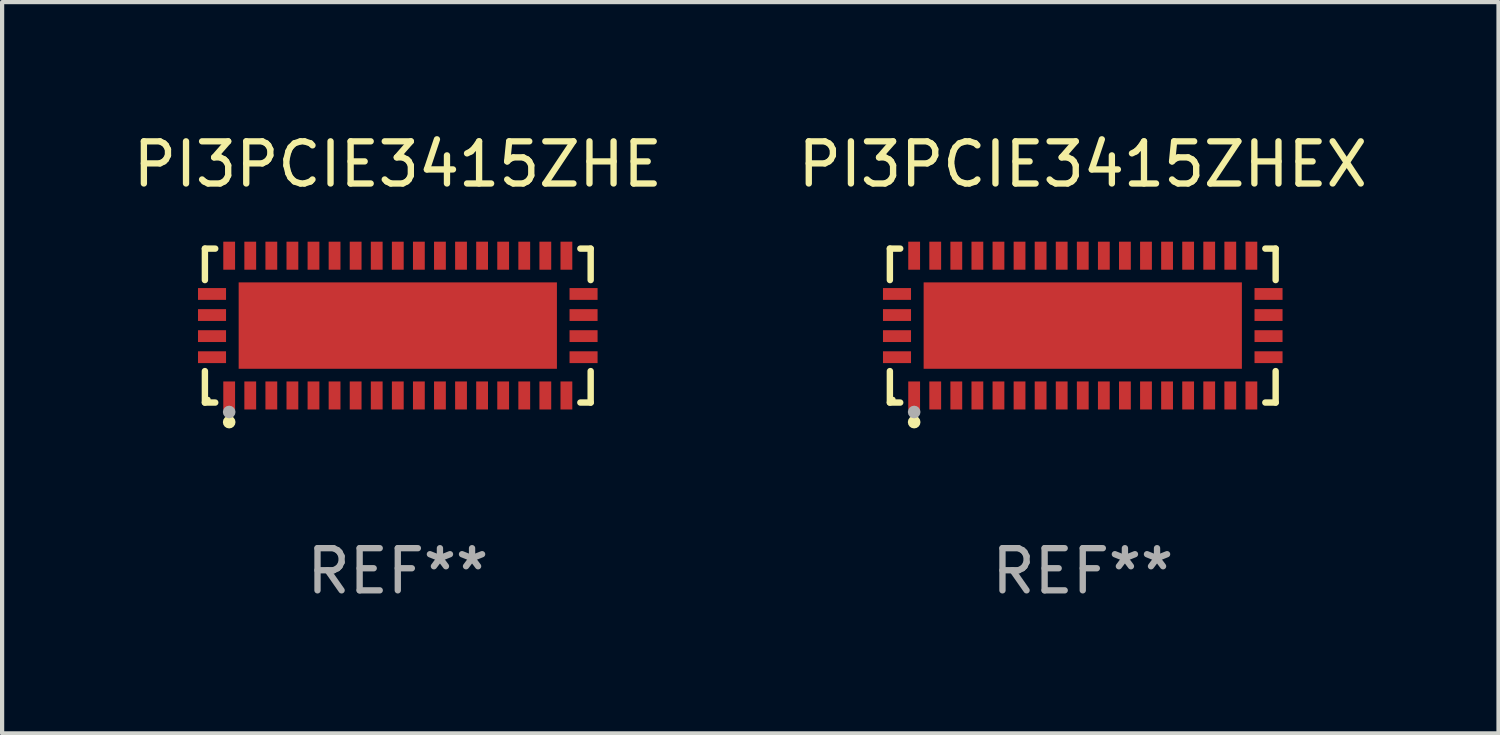
<source format=kicad_pcb>
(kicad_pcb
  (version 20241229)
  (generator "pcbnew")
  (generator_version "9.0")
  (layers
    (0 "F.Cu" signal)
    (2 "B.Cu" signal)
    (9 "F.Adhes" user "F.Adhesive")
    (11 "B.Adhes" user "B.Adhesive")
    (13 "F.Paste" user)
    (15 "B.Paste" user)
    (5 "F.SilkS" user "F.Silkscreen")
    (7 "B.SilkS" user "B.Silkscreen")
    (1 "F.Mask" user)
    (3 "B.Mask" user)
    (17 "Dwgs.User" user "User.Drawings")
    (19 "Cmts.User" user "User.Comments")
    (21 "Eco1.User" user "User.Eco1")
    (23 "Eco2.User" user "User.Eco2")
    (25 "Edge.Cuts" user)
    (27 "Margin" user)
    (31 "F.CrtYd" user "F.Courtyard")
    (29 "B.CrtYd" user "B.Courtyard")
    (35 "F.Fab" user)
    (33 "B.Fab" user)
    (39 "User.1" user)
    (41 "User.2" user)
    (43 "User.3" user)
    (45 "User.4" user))
  (footprint "PI3PCIE3415ZHE"
    (layer "F.Cu")
    (at 6.387 4.674)
    (property "Reference" "PI3PCIE3415ZHE" (at 0 -3.826 0) (layer "F.SilkS") (effects (font (size 1 1) (thickness 0.15))))
    (attr through_hole)
    (fp_line (start -4.576 -1.826) (end -4.331 -1.826) (stroke (width 0.152) (type solid)) (layer "F.SilkS"))
    (fp_line (start -4.576 -1.08) (end -4.576 -1.826) (stroke (width 0.152) (type solid)) (layer "F.SilkS"))
    (fp_line (start -4.576 1.08) (end -4.576 1.826) (stroke (width 0.152) (type solid)) (layer "F.SilkS"))
    (fp_line (start -4.576 1.826) (end -4.331 1.826) (stroke (width 0.152) (type solid)) (layer "F.SilkS"))
    (fp_line (start 4.576 -1.826) (end 4.331 -1.826) (stroke (width 0.152) (type solid)) (layer "F.SilkS"))
    (fp_line (start 4.576 -1.08) (end 4.576 -1.826) (stroke (width 0.152) (type solid)) (layer "F.SilkS"))
    (fp_line (start 4.576 1.08) (end 4.576 1.826) (stroke (width 0.152) (type solid)) (layer "F.SilkS"))
    (fp_line (start 4.576 1.826) (end 4.331 1.826) (stroke (width 0.152) (type solid)) (layer "F.SilkS"))
    (fp_circle (center -4.5 1.75) (end -4.47 1.75) (stroke (width 0.06) (type solid)) (fill no) (layer "F.SilkS"))
    (fp_circle (center -4 2.29) (end -3.925 2.29) (stroke (width 0.15) (type solid)) (fill no) (layer "F.SilkS"))
    (fp_circle (center -4 2.05) (end -3.925 2.05) (stroke (width 0.15) (type solid)) (fill no) (layer "F.Fab"))
    (fp_text user "REF**" (at 0 5.826 0) (layer "F.Fab") (effects (font (size 1 1) (thickness 0.15))))
    (pad "1" smd rect (at -4 1.658) (size 0.28 0.665) (layers "F.Cu" "F.Mask" "F.Paste"))
    (pad "2" smd rect (at -3.5 1.658) (size 0.28 0.665) (layers "F.Cu" "F.Mask" "F.Paste"))
    (pad "3" smd rect (at -3 1.658) (size 0.28 0.665) (layers "F.Cu" "F.Mask" "F.Paste"))
    (pad "4" smd rect (at -2.5 1.658) (size 0.28 0.665) (layers "F.Cu" "F.Mask" "F.Paste"))
    (pad "5" smd rect (at -2 1.658) (size 0.28 0.665) (layers "F.Cu" "F.Mask" "F.Paste"))
    (pad "6" smd rect (at -1.5 1.658) (size 0.28 0.665) (layers "F.Cu" "F.Mask" "F.Paste"))
    (pad "7" smd rect (at -1 1.658) (size 0.28 0.665) (layers "F.Cu" "F.Mask" "F.Paste"))
    (pad "8" smd rect (at -0.5 1.658) (size 0.28 0.665) (layers "F.Cu" "F.Mask" "F.Paste"))
    (pad "9" smd rect (at 0 1.658) (size 0.28 0.665) (layers "F.Cu" "F.Mask" "F.Paste"))
    (pad "10" smd rect (at 0.5 1.658) (size 0.28 0.665) (layers "F.Cu" "F.Mask" "F.Paste"))
    (pad "11" smd rect (at 1 1.658) (size 0.28 0.665) (layers "F.Cu" "F.Mask" "F.Paste"))
    (pad "12" smd rect (at 1.5 1.658) (size 0.28 0.665) (layers "F.Cu" "F.Mask" "F.Paste"))
    (pad "13" smd rect (at 2 1.658) (size 0.28 0.665) (layers "F.Cu" "F.Mask" "F.Paste"))
    (pad "14" smd rect (at 2.5 1.658) (size 0.28 0.665) (layers "F.Cu" "F.Mask" "F.Paste"))
    (pad "15" smd rect (at 3 1.658) (size 0.28 0.665) (layers "F.Cu" "F.Mask" "F.Paste"))
    (pad "16" smd rect (at 3.5 1.658) (size 0.28 0.665) (layers "F.Cu" "F.Mask" "F.Paste"))
    (pad "17" smd rect (at 4 1.658) (size 0.28 0.665) (layers "F.Cu" "F.Mask" "F.Paste"))
    (pad "18" smd rect (at 4.407 0.75) (size 0.665 0.28) (layers "F.Cu" "F.Mask" "F.Paste"))
    (pad "19" smd rect (at 4.407 0.25) (size 0.665 0.28) (layers "F.Cu" "F.Mask" "F.Paste"))
    (pad "20" smd rect (at 4.407 -0.25) (size 0.665 0.28) (layers "F.Cu" "F.Mask" "F.Paste"))
    (pad "21" smd rect (at 4.407 -0.75) (size 0.665 0.28) (layers "F.Cu" "F.Mask" "F.Paste"))
    (pad "22" smd rect (at 4 -1.658) (size 0.28 0.665) (layers "F.Cu" "F.Mask" "F.Paste"))
    (pad "23" smd rect (at 3.5 -1.658) (size 0.28 0.665) (layers "F.Cu" "F.Mask" "F.Paste"))
    (pad "24" smd rect (at 3 -1.658) (size 0.28 0.665) (layers "F.Cu" "F.Mask" "F.Paste"))
    (pad "25" smd rect (at 2.5 -1.658) (size 0.28 0.665) (layers "F.Cu" "F.Mask" "F.Paste"))
    (pad "26" smd rect (at 2 -1.658) (size 0.28 0.665) (layers "F.Cu" "F.Mask" "F.Paste"))
    (pad "27" smd rect (at 1.5 -1.658) (size 0.28 0.665) (layers "F.Cu" "F.Mask" "F.Paste"))
    (pad "28" smd rect (at 1 -1.658) (size 0.28 0.665) (layers "F.Cu" "F.Mask" "F.Paste"))
    (pad "29" smd rect (at 0.5 -1.658) (size 0.28 0.665) (layers "F.Cu" "F.Mask" "F.Paste"))
    (pad "30" smd rect (at 0 -1.658) (size 0.28 0.665) (layers "F.Cu" "F.Mask" "F.Paste"))
    (pad "31" smd rect (at -0.5 -1.658) (size 0.28 0.665) (layers "F.Cu" "F.Mask" "F.Paste"))
    (pad "32" smd rect (at -1 -1.658) (size 0.28 0.665) (layers "F.Cu" "F.Mask" "F.Paste"))
    (pad "33" smd rect (at -1.5 -1.658) (size 0.28 0.665) (layers "F.Cu" "F.Mask" "F.Paste"))
    (pad "34" smd rect (at -2 -1.658) (size 0.28 0.665) (layers "F.Cu" "F.Mask" "F.Paste"))
    (pad "35" smd rect (at -2.5 -1.658) (size 0.28 0.665) (layers "F.Cu" "F.Mask" "F.Paste"))
    (pad "36" smd rect (at -3 -1.658) (size 0.28 0.665) (layers "F.Cu" "F.Mask" "F.Paste"))
    (pad "37" smd rect (at -3.5 -1.658) (size 0.28 0.665) (layers "F.Cu" "F.Mask" "F.Paste"))
    (pad "38" smd rect (at -4 -1.658) (size 0.28 0.665) (layers "F.Cu" "F.Mask" "F.Paste"))
    (pad "39" smd rect (at -4.407 -0.75) (size 0.665 0.28) (layers "F.Cu" "F.Mask" "F.Paste"))
    (pad "40" smd rect (at -4.407 -0.25) (size 0.665 0.28) (layers "F.Cu" "F.Mask" "F.Paste"))
    (pad "41" smd rect (at -4.407 0.25) (size 0.665 0.28) (layers "F.Cu" "F.Mask" "F.Paste"))
    (pad "42" smd rect (at -4.407 0.75) (size 0.665 0.28) (layers "F.Cu" "F.Mask" "F.Paste"))
    (pad "43" smd rect (at 0 0) (size 7.55 2.05) (layers "F.Cu" "F.Mask" "F.Paste")))
  (footprint "PI3PCIE3415ZHEX"
    (layer "F.Cu")
    (at 22.637 4.674)
    (property "Reference" "PI3PCIE3415ZHEX" (at 0 -3.826 0) (layer "F.SilkS") (effects (font (size 1 1) (thickness 0.15))))
    (attr through_hole)
    (fp_line (start -4.576 -1.826) (end -4.331 -1.826) (stroke (width 0.152) (type solid)) (layer "F.SilkS"))
    (fp_line (start -4.576 -1.08) (end -4.576 -1.826) (stroke (width 0.152) (type solid)) (layer "F.SilkS"))
    (fp_line (start -4.576 1.08) (end -4.576 1.826) (stroke (width 0.152) (type solid)) (layer "F.SilkS"))
    (fp_line (start -4.576 1.826) (end -4.331 1.826) (stroke (width 0.152) (type solid)) (layer "F.SilkS"))
    (fp_line (start 4.576 -1.826) (end 4.331 -1.826) (stroke (width 0.152) (type solid)) (layer "F.SilkS"))
    (fp_line (start 4.576 -1.08) (end 4.576 -1.826) (stroke (width 0.152) (type solid)) (layer "F.SilkS"))
    (fp_line (start 4.576 1.08) (end 4.576 1.826) (stroke (width 0.152) (type solid)) (layer "F.SilkS"))
    (fp_line (start 4.576 1.826) (end 4.331 1.826) (stroke (width 0.152) (type solid)) (layer "F.SilkS"))
    (fp_circle (center -4.5 1.75) (end -4.47 1.75) (stroke (width 0.06) (type solid)) (fill no) (layer "F.SilkS"))
    (fp_circle (center -4 2.29) (end -3.925 2.29) (stroke (width 0.15) (type solid)) (fill no) (layer "F.SilkS"))
    (fp_circle (center -4 2.05) (end -3.925 2.05) (stroke (width 0.15) (type solid)) (fill no) (layer "F.Fab"))
    (fp_text user "REF**" (at 0 5.826 0) (layer "F.Fab") (effects (font (size 1 1) (thickness 0.15))))
    (pad "1" smd rect (at -4 1.658) (size 0.28 0.665) (layers "F.Cu" "F.Mask" "F.Paste"))
    (pad "2" smd rect (at -3.5 1.658) (size 0.28 0.665) (layers "F.Cu" "F.Mask" "F.Paste"))
    (pad "3" smd rect (at -3 1.658) (size 0.28 0.665) (layers "F.Cu" "F.Mask" "F.Paste"))
    (pad "4" smd rect (at -2.5 1.658) (size 0.28 0.665) (layers "F.Cu" "F.Mask" "F.Paste"))
    (pad "5" smd rect (at -2 1.658) (size 0.28 0.665) (layers "F.Cu" "F.Mask" "F.Paste"))
    (pad "6" smd rect (at -1.5 1.658) (size 0.28 0.665) (layers "F.Cu" "F.Mask" "F.Paste"))
    (pad "7" smd rect (at -1 1.658) (size 0.28 0.665) (layers "F.Cu" "F.Mask" "F.Paste"))
    (pad "8" smd rect (at -0.5 1.658) (size 0.28 0.665) (layers "F.Cu" "F.Mask" "F.Paste"))
    (pad "9" smd rect (at 0 1.658) (size 0.28 0.665) (layers "F.Cu" "F.Mask" "F.Paste"))
    (pad "10" smd rect (at 0.5 1.658) (size 0.28 0.665) (layers "F.Cu" "F.Mask" "F.Paste"))
    (pad "11" smd rect (at 1 1.658) (size 0.28 0.665) (layers "F.Cu" "F.Mask" "F.Paste"))
    (pad "12" smd rect (at 1.5 1.658) (size 0.28 0.665) (layers "F.Cu" "F.Mask" "F.Paste"))
    (pad "13" smd rect (at 2 1.658) (size 0.28 0.665) (layers "F.Cu" "F.Mask" "F.Paste"))
    (pad "14" smd rect (at 2.5 1.658) (size 0.28 0.665) (layers "F.Cu" "F.Mask" "F.Paste"))
    (pad "15" smd rect (at 3 1.658) (size 0.28 0.665) (layers "F.Cu" "F.Mask" "F.Paste"))
    (pad "16" smd rect (at 3.5 1.658) (size 0.28 0.665) (layers "F.Cu" "F.Mask" "F.Paste"))
    (pad "17" smd rect (at 4 1.658) (size 0.28 0.665) (layers "F.Cu" "F.Mask" "F.Paste"))
    (pad "18" smd rect (at 4.407 0.75) (size 0.665 0.28) (layers "F.Cu" "F.Mask" "F.Paste"))
    (pad "19" smd rect (at 4.407 0.25) (size 0.665 0.28) (layers "F.Cu" "F.Mask" "F.Paste"))
    (pad "20" smd rect (at 4.407 -0.25) (size 0.665 0.28) (layers "F.Cu" "F.Mask" "F.Paste"))
    (pad "21" smd rect (at 4.407 -0.75) (size 0.665 0.28) (layers "F.Cu" "F.Mask" "F.Paste"))
    (pad "22" smd rect (at 4 -1.658) (size 0.28 0.665) (layers "F.Cu" "F.Mask" "F.Paste"))
    (pad "23" smd rect (at 3.5 -1.658) (size 0.28 0.665) (layers "F.Cu" "F.Mask" "F.Paste"))
    (pad "24" smd rect (at 3 -1.658) (size 0.28 0.665) (layers "F.Cu" "F.Mask" "F.Paste"))
    (pad "25" smd rect (at 2.5 -1.658) (size 0.28 0.665) (layers "F.Cu" "F.Mask" "F.Paste"))
    (pad "26" smd rect (at 2 -1.658) (size 0.28 0.665) (layers "F.Cu" "F.Mask" "F.Paste"))
    (pad "27" smd rect (at 1.5 -1.658) (size 0.28 0.665) (layers "F.Cu" "F.Mask" "F.Paste"))
    (pad "28" smd rect (at 1 -1.658) (size 0.28 0.665) (layers "F.Cu" "F.Mask" "F.Paste"))
    (pad "29" smd rect (at 0.5 -1.658) (size 0.28 0.665) (layers "F.Cu" "F.Mask" "F.Paste"))
    (pad "30" smd rect (at 0 -1.658) (size 0.28 0.665) (layers "F.Cu" "F.Mask" "F.Paste"))
    (pad "31" smd rect (at -0.5 -1.658) (size 0.28 0.665) (layers "F.Cu" "F.Mask" "F.Paste"))
    (pad "32" smd rect (at -1 -1.658) (size 0.28 0.665) (layers "F.Cu" "F.Mask" "F.Paste"))
    (pad "33" smd rect (at -1.5 -1.658) (size 0.28 0.665) (layers "F.Cu" "F.Mask" "F.Paste"))
    (pad "34" smd rect (at -2 -1.658) (size 0.28 0.665) (layers "F.Cu" "F.Mask" "F.Paste"))
    (pad "35" smd rect (at -2.5 -1.658) (size 0.28 0.665) (layers "F.Cu" "F.Mask" "F.Paste"))
    (pad "36" smd rect (at -3 -1.658) (size 0.28 0.665) (layers "F.Cu" "F.Mask" "F.Paste"))
    (pad "37" smd rect (at -3.5 -1.658) (size 0.28 0.665) (layers "F.Cu" "F.Mask" "F.Paste"))
    (pad "38" smd rect (at -4 -1.658) (size 0.28 0.665) (layers "F.Cu" "F.Mask" "F.Paste"))
    (pad "39" smd rect (at -4.407 -0.75) (size 0.665 0.28) (layers "F.Cu" "F.Mask" "F.Paste"))
    (pad "40" smd rect (at -4.407 -0.25) (size 0.665 0.28) (layers "F.Cu" "F.Mask" "F.Paste"))
    (pad "41" smd rect (at -4.407 0.25) (size 0.665 0.28) (layers "F.Cu" "F.Mask" "F.Paste"))
    (pad "42" smd rect (at -4.407 0.75) (size 0.665 0.28) (layers "F.Cu" "F.Mask" "F.Paste"))
    (pad "43" smd rect (at 0 0) (size 7.55 2.05) (layers "F.Cu" "F.Mask" "F.Paste")))
  (gr_rect
    (start -3 -3)
    (end 32.5 14.349)
    (stroke (width 0.1) (type default))
    (fill no)
    (layer "Edge.Cuts")))
</source>
